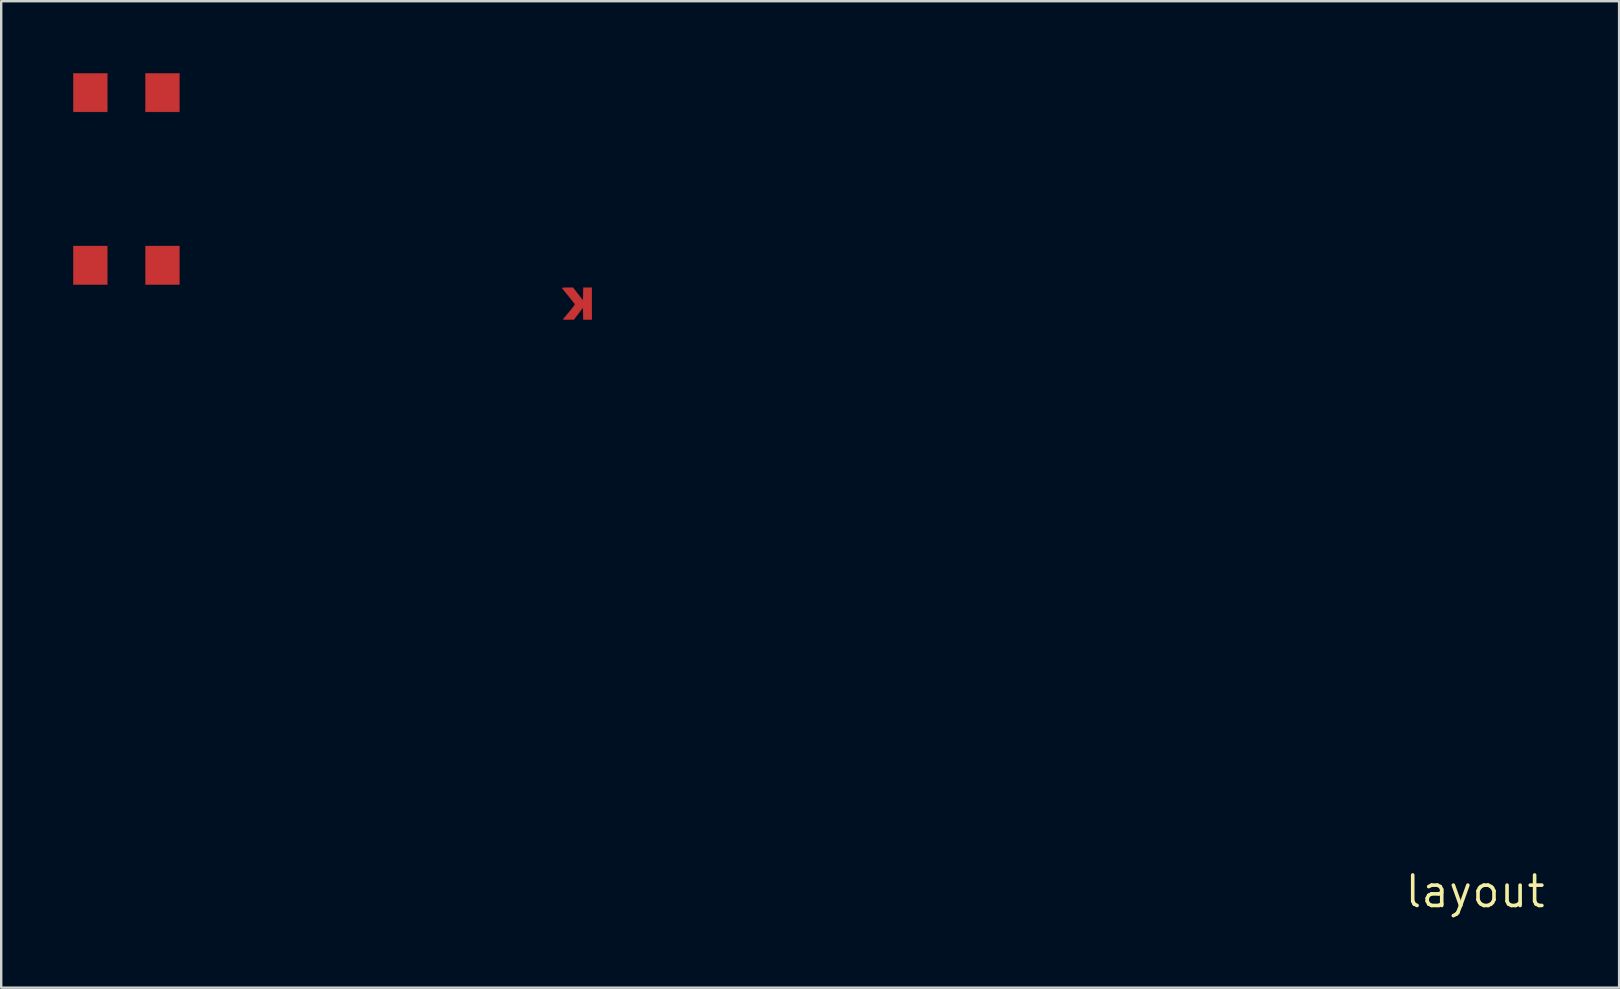
<source format=kicad_pcb>
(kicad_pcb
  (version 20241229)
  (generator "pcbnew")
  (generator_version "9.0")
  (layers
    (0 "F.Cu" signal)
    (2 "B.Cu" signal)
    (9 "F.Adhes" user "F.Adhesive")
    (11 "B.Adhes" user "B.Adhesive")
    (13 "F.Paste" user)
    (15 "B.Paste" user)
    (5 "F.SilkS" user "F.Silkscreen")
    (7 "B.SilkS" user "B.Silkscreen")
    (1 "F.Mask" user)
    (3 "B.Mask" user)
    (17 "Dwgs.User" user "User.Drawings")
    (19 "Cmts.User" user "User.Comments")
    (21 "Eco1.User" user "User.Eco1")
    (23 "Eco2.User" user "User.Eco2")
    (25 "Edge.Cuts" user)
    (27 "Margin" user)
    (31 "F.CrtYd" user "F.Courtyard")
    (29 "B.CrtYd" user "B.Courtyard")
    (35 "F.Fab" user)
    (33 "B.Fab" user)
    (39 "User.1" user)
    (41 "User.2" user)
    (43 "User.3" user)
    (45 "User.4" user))
  (footprint "layout"
    (layer "F.Cu")
    (at 58.425 34.105)
    (property "Reference" "layout" (at 0 0 0) (layer "F.SilkS") (effects (font (size 1.27 1.27) (thickness 0.15))))
    (attr through_hole)
    (fp_poly (pts (xy -57.002 -32.491) (xy -58.42 -32.491) (xy -58.42 -34.099) (xy -57.002 -34.099) (xy -57.002 -32.491)) (stroke (width 0.01) (type solid)) (fill yes) (layer "F.Cu"))
    (fp_poly (pts (xy -57.002 -25.294) (xy -58.42 -25.294) (xy -58.42 -26.903) (xy -57.002 -26.903) (xy -57.002 -25.294)) (stroke (width 0.01) (type solid)) (fill yes) (layer "F.Cu"))
    (fp_poly (pts (xy -53.996 -32.491) (xy -55.414 -32.491) (xy -55.414 -34.099) (xy -53.996 -34.099) (xy -53.996 -32.491)) (stroke (width 0.01) (type solid)) (fill yes) (layer "F.Cu"))
    (fp_poly (pts (xy -53.996 -25.294) (xy -55.414 -25.294) (xy -55.414 -26.903) (xy -53.996 -26.903) (xy -53.996 -25.294)) (stroke (width 0.01) (type solid)) (fill yes) (layer "F.Cu"))
    (fp_poly (pts (xy -37.386 -24.9) (xy -37.179 -24.634) (xy -37.167 -25.167) (xy -36.809 -25.167) (xy -36.809 -23.834) (xy -37.167 -23.834) (xy -37.173 -24.087) (xy -37.179 -24.341) (xy -37.56 -23.835) (xy -37.791 -23.834) (xy -37.892 -23.834) (xy -37.956 -23.836) (xy -37.991 -23.841) (xy -38.002 -23.85) (xy -37.997 -23.863) (xy -37.991 -23.871) (xy -37.855 -24.032) (xy -37.746 -24.164) (xy -37.66 -24.269) (xy -37.596 -24.349) (xy -37.551 -24.408) (xy -37.525 -24.448) (xy -37.514 -24.471) (xy -37.514 -24.477) (xy -37.53 -24.501) (xy -37.569 -24.552) (xy -37.626 -24.624) (xy -37.697 -24.712) (xy -37.776 -24.809) (xy -37.857 -24.907) (xy -37.928 -24.995) (xy -37.986 -25.067) (xy -38.027 -25.117) (xy -38.044 -25.141) (xy -38.042 -25.153) (xy -38.015 -25.161) (xy -37.959 -25.165) (xy -37.867 -25.167) (xy -37.827 -25.167) (xy -37.594 -25.167) (xy -37.386 -24.9)) (stroke (width 0.01) (type solid)) (fill yes) (layer "F.Cu")))
  (gr_rect
    (start -3 -3)
    (end 64.426 38.111)
    (stroke (width 0.1) (type default))
    (fill no)
    (layer "Edge.Cuts")))
</source>
